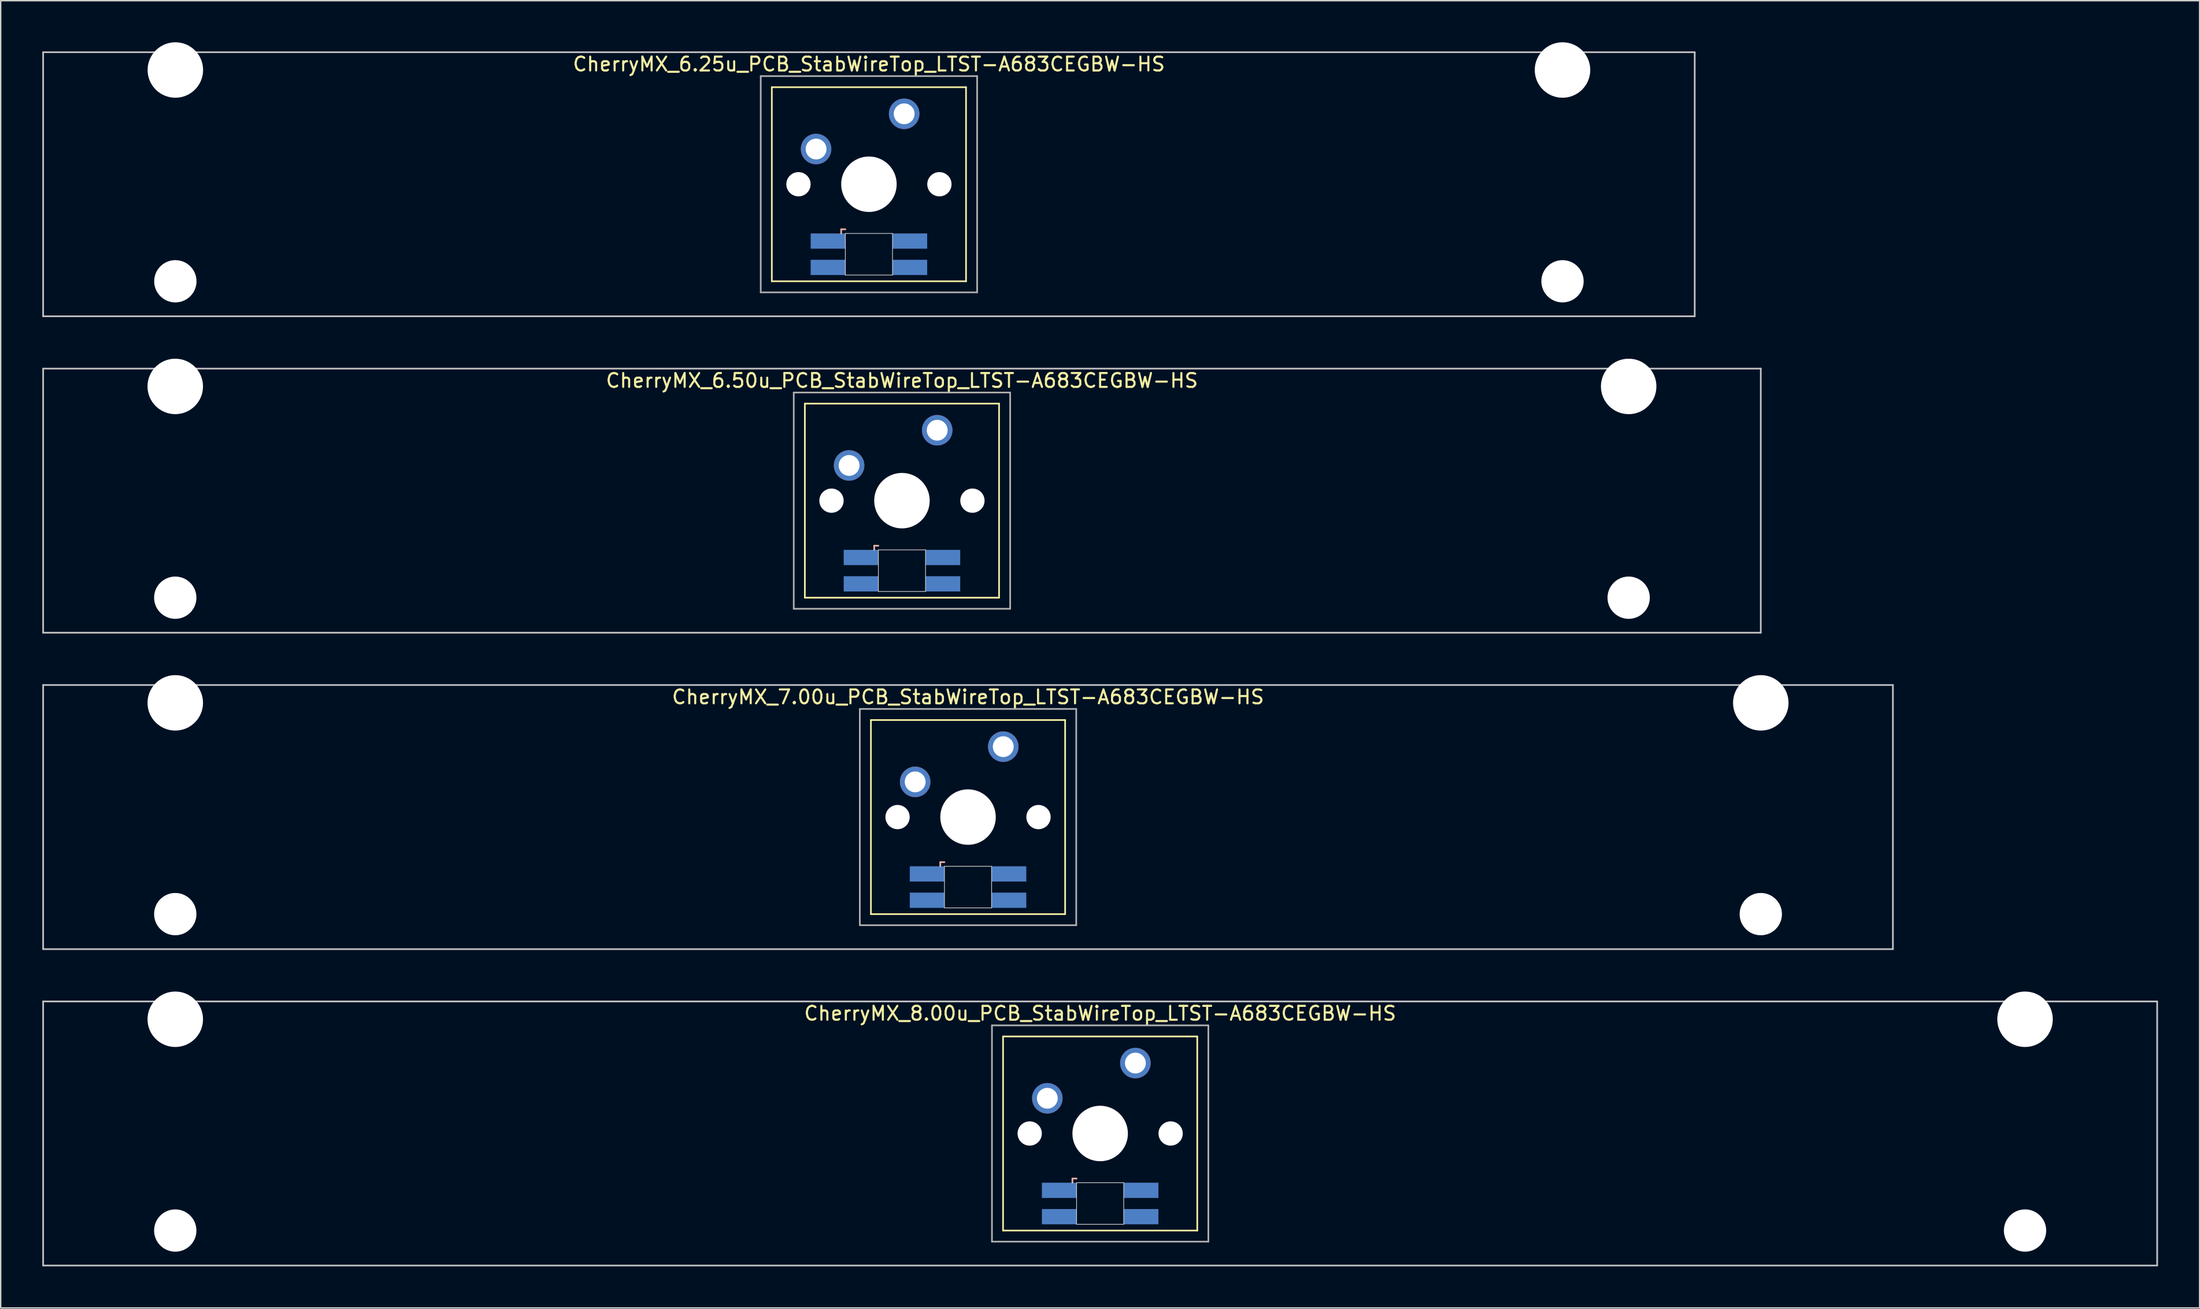
<source format=kicad_pcb>
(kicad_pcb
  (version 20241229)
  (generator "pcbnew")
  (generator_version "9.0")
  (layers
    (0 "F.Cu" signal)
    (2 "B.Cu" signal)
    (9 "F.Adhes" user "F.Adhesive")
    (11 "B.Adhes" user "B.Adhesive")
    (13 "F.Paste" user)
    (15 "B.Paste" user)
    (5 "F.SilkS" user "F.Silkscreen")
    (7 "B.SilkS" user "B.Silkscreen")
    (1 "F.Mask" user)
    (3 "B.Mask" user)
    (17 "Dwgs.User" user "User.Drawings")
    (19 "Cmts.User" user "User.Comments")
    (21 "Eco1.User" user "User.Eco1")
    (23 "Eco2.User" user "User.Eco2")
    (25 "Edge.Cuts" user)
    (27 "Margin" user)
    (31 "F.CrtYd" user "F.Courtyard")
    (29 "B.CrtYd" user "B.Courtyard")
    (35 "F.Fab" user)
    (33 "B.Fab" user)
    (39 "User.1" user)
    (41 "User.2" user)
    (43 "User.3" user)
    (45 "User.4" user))
  (footprint "CherryMX_6.25u_PCB_StabWireTop_LTST-A683CEGBW-HS"
    (layer "F.Cu")
    (at 59.591 10.24)
    (property "Reference" "CherryMX_6.25u_PCB_StabWireTop_LTST-A683CEGBW-HS" (at 0 -8.662 0) (layer "F.SilkS") (effects (font (size 1 1) (thickness 0.15))))
    (attr through_hole)
    (fp_line (start -7 -7) (end -7 7) (stroke (width 0.12) (type solid)) (layer "F.SilkS"))
    (fp_line (start -7 -7) (end 7 -7) (stroke (width 0.12) (type solid)) (layer "F.SilkS"))
    (fp_line (start 7 -7) (end 7 7) (stroke (width 0.12) (type solid)) (layer "F.SilkS"))
    (fp_line (start 7 7) (end -7 7) (stroke (width 0.12) (type solid)) (layer "F.SilkS"))
    (fp_line (start -2 3.25) (end -2 3.55) (stroke (width 0.12) (type solid)) (layer "B.SilkS"))
    (fp_line (start -1.7 3.25) (end -2 3.25) (stroke (width 0.12) (type solid)) (layer "B.SilkS"))
    (fp_line (start -59.531 -9.525) (end 59.531 -9.525) (stroke (width 0.12) (type solid)) (layer "Dwgs.User"))
    (fp_line (start -59.531 9.525) (end -59.531 -9.525) (stroke (width 0.12) (type solid)) (layer "Dwgs.User"))
    (fp_line (start 59.531 -9.525) (end 59.531 9.525) (stroke (width 0.12) (type solid)) (layer "Dwgs.User"))
    (fp_line (start 59.531 9.525) (end -59.531 9.525) (stroke (width 0.12) (type solid)) (layer "Dwgs.User"))
    (fp_line (start -1.7 3.55) (end 1.7 3.55) (stroke (width 0.05) (type solid)) (layer "Edge.Cuts"))
    (fp_line (start -1.7 6.55) (end -1.7 3.55) (stroke (width 0.05) (type solid)) (layer "Edge.Cuts"))
    (fp_line (start 1.7 3.55) (end 1.7 6.55) (stroke (width 0.05) (type solid)) (layer "Edge.Cuts"))
    (fp_line (start 1.7 6.55) (end -1.7 6.55) (stroke (width 0.05) (type solid)) (layer "Edge.Cuts"))
    (fp_line (start -7.8 -7.8) (end -7.8 7.8) (stroke (width 0.12) (type solid)) (layer "F.Fab"))
    (fp_line (start -7.8 -7.8) (end 7.8 -7.8) (stroke (width 0.12) (type solid)) (layer "F.Fab"))
    (fp_line (start -7.8 7.8) (end 7.8 7.8) (stroke (width 0.12) (type solid)) (layer "F.Fab"))
    (fp_line (start 7.8 -7.8) (end 7.8 7.8) (stroke (width 0.12) (type solid)) (layer "F.Fab"))
    (pad "" np_thru_hole circle (at -50 -8.24) (size 4 4) (drill 4) (layers "*.Cu" "*.Mask"))
    (pad "" np_thru_hole circle (at -50 7) (size 3.05 3.05) (drill 3.05) (layers "*.Cu" "*.Mask"))
    (pad "" np_thru_hole circle (at -5.08 0) (size 1.75 1.75) (drill 1.75) (layers "*.Cu" "*.Mask"))
    (pad "" np_thru_hole circle (at 0 0) (size 4 4) (drill 4) (layers "*.Cu" "*.Mask"))
    (pad "" np_thru_hole circle (at 5.08 0) (size 1.75 1.75) (drill 1.75) (layers "*.Cu" "*.Mask"))
    (pad "" np_thru_hole circle (at 50 -8.24) (size 4 4) (drill 4) (layers "*.Cu" "*.Mask"))
    (pad "" np_thru_hole circle (at 50 7) (size 3.05 3.05) (drill 3.05) (layers "*.Cu" "*.Mask"))
    (pad "1" thru_hole circle (at -3.81 -2.54) (size 2.2 2.2) (drill 1.5) (layers "*.Cu" "*.Mask"))
    (pad "2" thru_hole circle (at 2.54 -5.08) (size 2.2 2.2) (drill 1.5) (layers "*.Cu" "*.Mask"))
    (pad "3" smd rect (at -2.95 4.1) (size 2.5 1.1) (layers "B.Cu" "B.Mask" "B.Paste"))
    (pad "4" smd rect (at -2.95 6) (size 2.5 1.1) (layers "B.Cu" "B.Mask" "B.Paste"))
    (pad "5" smd rect (at 2.95 4.1) (size 2.5 1.1) (layers "B.Cu" "B.Mask" "B.Paste"))
    (pad "6" smd rect (at 2.95 6) (size 2.5 1.1) (layers "B.Cu" "B.Mask" "B.Paste")))
  (footprint "CherryMX_7.00u_PCB_StabWireTop_LTST-A683CEGBW-HS"
    (layer "F.Cu")
    (at 66.735 55.89)
    (property "Reference" "CherryMX_7.00u_PCB_StabWireTop_LTST-A683CEGBW-HS" (at 0 -8.662 0) (layer "F.SilkS") (effects (font (size 1 1) (thickness 0.15))))
    (attr through_hole)
    (fp_line (start -7 -7) (end -7 7) (stroke (width 0.12) (type solid)) (layer "F.SilkS"))
    (fp_line (start -7 -7) (end 7 -7) (stroke (width 0.12) (type solid)) (layer "F.SilkS"))
    (fp_line (start 7 -7) (end 7 7) (stroke (width 0.12) (type solid)) (layer "F.SilkS"))
    (fp_line (start 7 7) (end -7 7) (stroke (width 0.12) (type solid)) (layer "F.SilkS"))
    (fp_line (start -2 3.25) (end -2 3.55) (stroke (width 0.12) (type solid)) (layer "B.SilkS"))
    (fp_line (start -1.7 3.25) (end -2 3.25) (stroke (width 0.12) (type solid)) (layer "B.SilkS"))
    (fp_line (start -66.675 -9.525) (end 66.675 -9.525) (stroke (width 0.12) (type solid)) (layer "Dwgs.User"))
    (fp_line (start -66.675 9.525) (end -66.675 -9.525) (stroke (width 0.12) (type solid)) (layer "Dwgs.User"))
    (fp_line (start 66.675 -9.525) (end 66.675 9.525) (stroke (width 0.12) (type solid)) (layer "Dwgs.User"))
    (fp_line (start 66.675 9.525) (end -66.675 9.525) (stroke (width 0.12) (type solid)) (layer "Dwgs.User"))
    (fp_line (start -1.7 3.55) (end 1.7 3.55) (stroke (width 0.05) (type solid)) (layer "Edge.Cuts"))
    (fp_line (start -1.7 6.55) (end -1.7 3.55) (stroke (width 0.05) (type solid)) (layer "Edge.Cuts"))
    (fp_line (start 1.7 3.55) (end 1.7 6.55) (stroke (width 0.05) (type solid)) (layer "Edge.Cuts"))
    (fp_line (start 1.7 6.55) (end -1.7 6.55) (stroke (width 0.05) (type solid)) (layer "Edge.Cuts"))
    (fp_line (start -7.8 -7.8) (end -7.8 7.8) (stroke (width 0.12) (type solid)) (layer "F.Fab"))
    (fp_line (start -7.8 -7.8) (end 7.8 -7.8) (stroke (width 0.12) (type solid)) (layer "F.Fab"))
    (fp_line (start -7.8 7.8) (end 7.8 7.8) (stroke (width 0.12) (type solid)) (layer "F.Fab"))
    (fp_line (start 7.8 -7.8) (end 7.8 7.8) (stroke (width 0.12) (type solid)) (layer "F.Fab"))
    (pad "" np_thru_hole circle (at -57.15 -8.24) (size 4 4) (drill 4) (layers "*.Cu" "*.Mask"))
    (pad "" np_thru_hole circle (at -57.15 7) (size 3.05 3.05) (drill 3.05) (layers "*.Cu" "*.Mask"))
    (pad "" np_thru_hole circle (at -5.08 0) (size 1.75 1.75) (drill 1.75) (layers "*.Cu" "*.Mask"))
    (pad "" np_thru_hole circle (at 0 0) (size 4 4) (drill 4) (layers "*.Cu" "*.Mask"))
    (pad "" np_thru_hole circle (at 5.08 0) (size 1.75 1.75) (drill 1.75) (layers "*.Cu" "*.Mask"))
    (pad "" np_thru_hole circle (at 57.15 -8.24) (size 4 4) (drill 4) (layers "*.Cu" "*.Mask"))
    (pad "" np_thru_hole circle (at 57.15 7) (size 3.05 3.05) (drill 3.05) (layers "*.Cu" "*.Mask"))
    (pad "1" thru_hole circle (at -3.81 -2.54) (size 2.2 2.2) (drill 1.5) (layers "*.Cu" "*.Mask"))
    (pad "2" thru_hole circle (at 2.54 -5.08) (size 2.2 2.2) (drill 1.5) (layers "*.Cu" "*.Mask"))
    (pad "3" smd rect (at -2.95 4.1) (size 2.5 1.1) (layers "B.Cu" "B.Mask" "B.Paste"))
    (pad "4" smd rect (at -2.95 6) (size 2.5 1.1) (layers "B.Cu" "B.Mask" "B.Paste"))
    (pad "5" smd rect (at 2.95 4.1) (size 2.5 1.1) (layers "B.Cu" "B.Mask" "B.Paste"))
    (pad "6" smd rect (at 2.95 6) (size 2.5 1.1) (layers "B.Cu" "B.Mask" "B.Paste")))
  (footprint "CherryMX_8.00u_PCB_StabWireTop_LTST-A683CEGBW-HS"
    (layer "F.Cu")
    (at 76.26 78.715)
    (property "Reference" "CherryMX_8.00u_PCB_StabWireTop_LTST-A683CEGBW-HS" (at 0 -8.662 0) (layer "F.SilkS") (effects (font (size 1 1) (thickness 0.15))))
    (attr through_hole)
    (fp_line (start -7 -7) (end -7 7) (stroke (width 0.12) (type solid)) (layer "F.SilkS"))
    (fp_line (start -7 -7) (end 7 -7) (stroke (width 0.12) (type solid)) (layer "F.SilkS"))
    (fp_line (start 7 -7) (end 7 7) (stroke (width 0.12) (type solid)) (layer "F.SilkS"))
    (fp_line (start 7 7) (end -7 7) (stroke (width 0.12) (type solid)) (layer "F.SilkS"))
    (fp_line (start -2 3.25) (end -2 3.55) (stroke (width 0.12) (type solid)) (layer "B.SilkS"))
    (fp_line (start -1.7 3.25) (end -2 3.25) (stroke (width 0.12) (type solid)) (layer "B.SilkS"))
    (fp_line (start -76.2 -9.525) (end 76.2 -9.525) (stroke (width 0.12) (type solid)) (layer "Dwgs.User"))
    (fp_line (start -76.2 9.525) (end -76.2 -9.525) (stroke (width 0.12) (type solid)) (layer "Dwgs.User"))
    (fp_line (start 76.2 -9.525) (end 76.2 9.525) (stroke (width 0.12) (type solid)) (layer "Dwgs.User"))
    (fp_line (start 76.2 9.525) (end -76.2 9.525) (stroke (width 0.12) (type solid)) (layer "Dwgs.User"))
    (fp_line (start -1.7 3.55) (end 1.7 3.55) (stroke (width 0.05) (type solid)) (layer "Edge.Cuts"))
    (fp_line (start -1.7 6.55) (end -1.7 3.55) (stroke (width 0.05) (type solid)) (layer "Edge.Cuts"))
    (fp_line (start 1.7 3.55) (end 1.7 6.55) (stroke (width 0.05) (type solid)) (layer "Edge.Cuts"))
    (fp_line (start 1.7 6.55) (end -1.7 6.55) (stroke (width 0.05) (type solid)) (layer "Edge.Cuts"))
    (fp_line (start -7.8 -7.8) (end -7.8 7.8) (stroke (width 0.12) (type solid)) (layer "F.Fab"))
    (fp_line (start -7.8 -7.8) (end 7.8 -7.8) (stroke (width 0.12) (type solid)) (layer "F.Fab"))
    (fp_line (start -7.8 7.8) (end 7.8 7.8) (stroke (width 0.12) (type solid)) (layer "F.Fab"))
    (fp_line (start 7.8 -7.8) (end 7.8 7.8) (stroke (width 0.12) (type solid)) (layer "F.Fab"))
    (pad "" np_thru_hole circle (at -66.675 -8.24) (size 4 4) (drill 4) (layers "*.Cu" "*.Mask"))
    (pad "" np_thru_hole circle (at -66.675 7) (size 3.05 3.05) (drill 3.05) (layers "*.Cu" "*.Mask"))
    (pad "" np_thru_hole circle (at -5.08 0) (size 1.75 1.75) (drill 1.75) (layers "*.Cu" "*.Mask"))
    (pad "" np_thru_hole circle (at 0 0) (size 4 4) (drill 4) (layers "*.Cu" "*.Mask"))
    (pad "" np_thru_hole circle (at 5.08 0) (size 1.75 1.75) (drill 1.75) (layers "*.Cu" "*.Mask"))
    (pad "" np_thru_hole circle (at 66.675 -8.24) (size 4 4) (drill 4) (layers "*.Cu" "*.Mask"))
    (pad "" np_thru_hole circle (at 66.675 7) (size 3.05 3.05) (drill 3.05) (layers "*.Cu" "*.Mask"))
    (pad "1" thru_hole circle (at -3.81 -2.54) (size 2.2 2.2) (drill 1.5) (layers "*.Cu" "*.Mask"))
    (pad "2" thru_hole circle (at 2.54 -5.08) (size 2.2 2.2) (drill 1.5) (layers "*.Cu" "*.Mask"))
    (pad "3" smd rect (at -2.95 4.1) (size 2.5 1.1) (layers "B.Cu" "B.Mask" "B.Paste"))
    (pad "4" smd rect (at -2.95 6) (size 2.5 1.1) (layers "B.Cu" "B.Mask" "B.Paste"))
    (pad "5" smd rect (at 2.95 4.1) (size 2.5 1.1) (layers "B.Cu" "B.Mask" "B.Paste"))
    (pad "6" smd rect (at 2.95 6) (size 2.5 1.1) (layers "B.Cu" "B.Mask" "B.Paste")))
  (footprint "CherryMX_6.50u_PCB_StabWireTop_LTST-A683CEGBW-HS"
    (layer "F.Cu")
    (at 61.972 33.065)
    (property "Reference" "CherryMX_6.50u_PCB_StabWireTop_LTST-A683CEGBW-HS" (at 0 -8.662 0) (layer "F.SilkS") (effects (font (size 1 1) (thickness 0.15))))
    (attr through_hole)
    (fp_line (start -7 -7) (end -7 7) (stroke (width 0.12) (type solid)) (layer "F.SilkS"))
    (fp_line (start -7 -7) (end 7 -7) (stroke (width 0.12) (type solid)) (layer "F.SilkS"))
    (fp_line (start 7 -7) (end 7 7) (stroke (width 0.12) (type solid)) (layer "F.SilkS"))
    (fp_line (start 7 7) (end -7 7) (stroke (width 0.12) (type solid)) (layer "F.SilkS"))
    (fp_line (start -2 3.25) (end -2 3.55) (stroke (width 0.12) (type solid)) (layer "B.SilkS"))
    (fp_line (start -1.7 3.25) (end -2 3.25) (stroke (width 0.12) (type solid)) (layer "B.SilkS"))
    (fp_line (start -61.913 -9.525) (end 61.913 -9.525) (stroke (width 0.12) (type solid)) (layer "Dwgs.User"))
    (fp_line (start -61.913 9.525) (end -61.913 -9.525) (stroke (width 0.12) (type solid)) (layer "Dwgs.User"))
    (fp_line (start 61.913 -9.525) (end 61.913 9.525) (stroke (width 0.12) (type solid)) (layer "Dwgs.User"))
    (fp_line (start 61.913 9.525) (end -61.913 9.525) (stroke (width 0.12) (type solid)) (layer "Dwgs.User"))
    (fp_line (start -1.7 3.55) (end 1.7 3.55) (stroke (width 0.05) (type solid)) (layer "Edge.Cuts"))
    (fp_line (start -1.7 6.55) (end -1.7 3.55) (stroke (width 0.05) (type solid)) (layer "Edge.Cuts"))
    (fp_line (start 1.7 3.55) (end 1.7 6.55) (stroke (width 0.05) (type solid)) (layer "Edge.Cuts"))
    (fp_line (start 1.7 6.55) (end -1.7 6.55) (stroke (width 0.05) (type solid)) (layer "Edge.Cuts"))
    (fp_line (start -7.8 -7.8) (end -7.8 7.8) (stroke (width 0.12) (type solid)) (layer "F.Fab"))
    (fp_line (start -7.8 -7.8) (end 7.8 -7.8) (stroke (width 0.12) (type solid)) (layer "F.Fab"))
    (fp_line (start -7.8 7.8) (end 7.8 7.8) (stroke (width 0.12) (type solid)) (layer "F.Fab"))
    (fp_line (start 7.8 -7.8) (end 7.8 7.8) (stroke (width 0.12) (type solid)) (layer "F.Fab"))
    (pad "" np_thru_hole circle (at -52.388 -8.24) (size 4 4) (drill 4) (layers "*.Cu" "*.Mask"))
    (pad "" np_thru_hole circle (at -52.388 7) (size 3.05 3.05) (drill 3.05) (layers "*.Cu" "*.Mask"))
    (pad "" np_thru_hole circle (at -5.08 0) (size 1.75 1.75) (drill 1.75) (layers "*.Cu" "*.Mask"))
    (pad "" np_thru_hole circle (at 0 0) (size 4 4) (drill 4) (layers "*.Cu" "*.Mask"))
    (pad "" np_thru_hole circle (at 5.08 0) (size 1.75 1.75) (drill 1.75) (layers "*.Cu" "*.Mask"))
    (pad "" np_thru_hole circle (at 52.388 -8.24) (size 4 4) (drill 4) (layers "*.Cu" "*.Mask"))
    (pad "" np_thru_hole circle (at 52.388 7) (size 3.05 3.05) (drill 3.05) (layers "*.Cu" "*.Mask"))
    (pad "1" thru_hole circle (at -3.81 -2.54) (size 2.2 2.2) (drill 1.5) (layers "*.Cu" "*.Mask"))
    (pad "2" thru_hole circle (at 2.54 -5.08) (size 2.2 2.2) (drill 1.5) (layers "*.Cu" "*.Mask"))
    (pad "3" smd rect (at -2.95 4.1) (size 2.5 1.1) (layers "B.Cu" "B.Mask" "B.Paste"))
    (pad "4" smd rect (at -2.95 6) (size 2.5 1.1) (layers "B.Cu" "B.Mask" "B.Paste"))
    (pad "5" smd rect (at 2.95 4.1) (size 2.5 1.1) (layers "B.Cu" "B.Mask" "B.Paste"))
    (pad "6" smd rect (at 2.95 6) (size 2.5 1.1) (layers "B.Cu" "B.Mask" "B.Paste")))
  (gr_rect
    (start -3 -3)
    (end 155.52 91.3)
    (stroke (width 0.1) (type default))
    (fill no)
    (layer "Edge.Cuts")))
</source>
